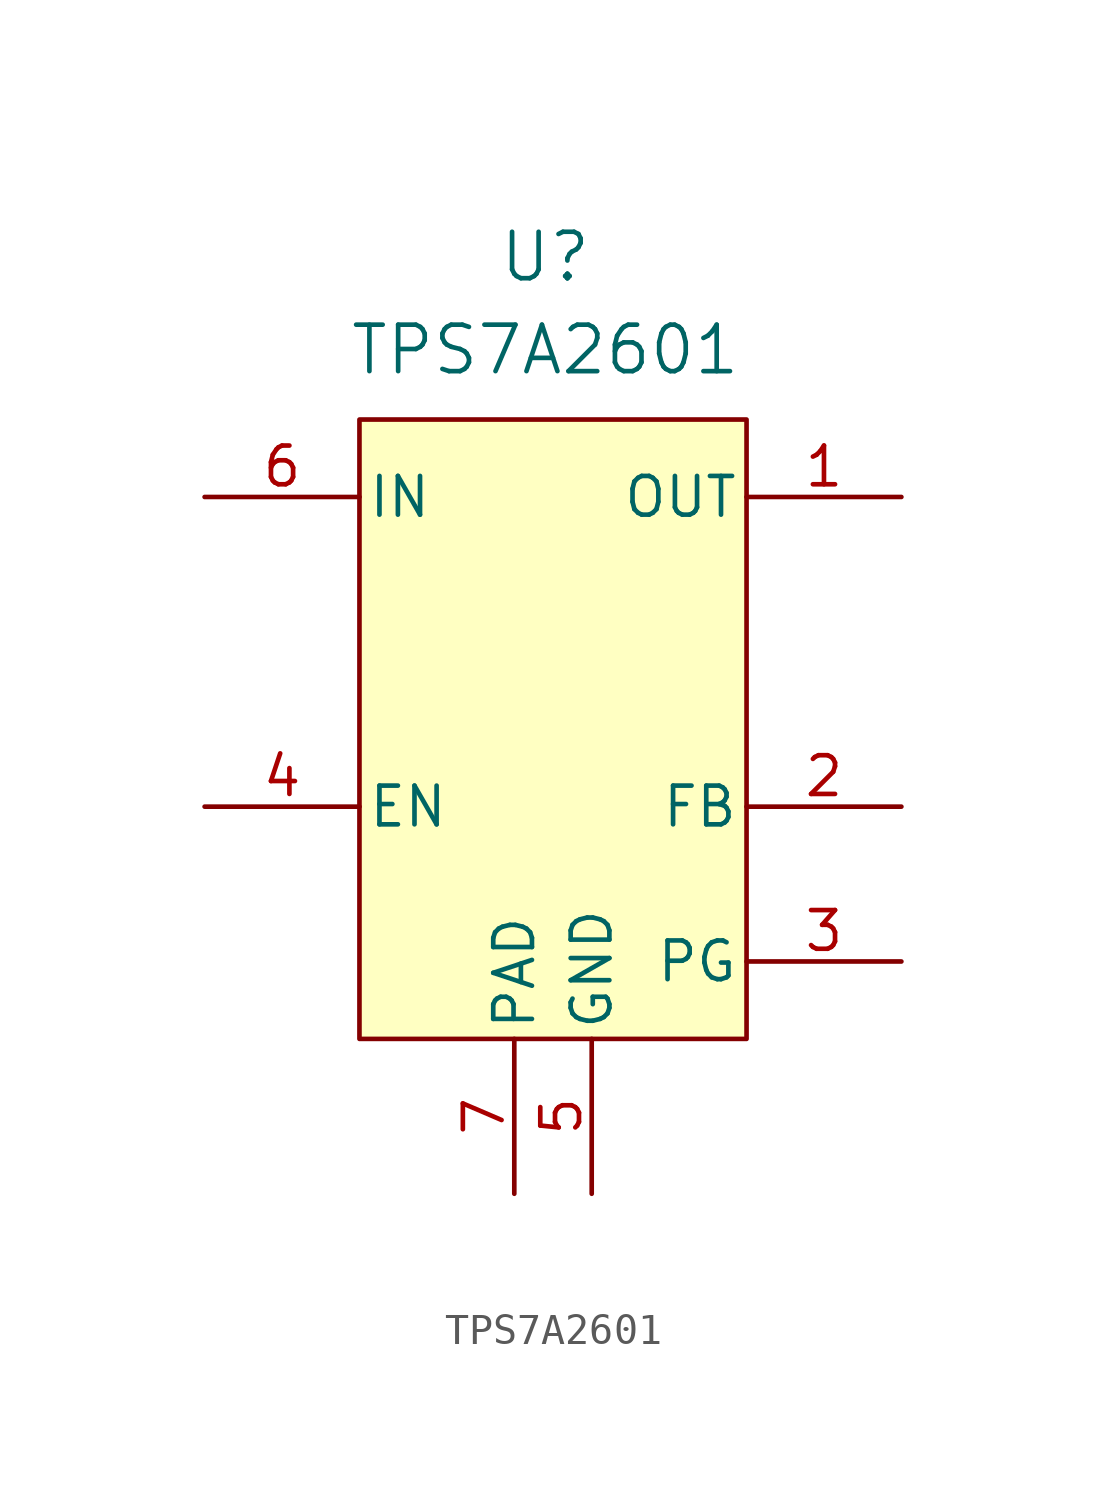
<source format=kicad_sym>
(kicad_symbol_lib
  (version 20241209)
  (generator "kicad_symbol_editor")
  (generator_version "9.0")
  (symbol "TPS7A2601"
    (pin_names
      (offset 0.254))
    (property "Reference" "U"
      (at -0.254 18.034 0)
      (effects (font (size 1.524 1.524))))
    (property "Value" "TPS7A2601"
      (at -0.254 14.986 0)
      (effects (font (size 1.524 1.524))))
    (symbol "TPS7A2601_0_1"
      (pin power_in line (at -11.43 10.16 0) (length 5.08) (name "IN" (effects (font (size 1.27 1.27)))) (number "6" (effects (font (size 1.27 1.27)))))
      (pin input line (at -11.43 0 0) (length 5.08) (name "EN" (effects (font (size 1.27 1.27)))) (number "4" (effects (font (size 1.27 1.27)))))
      (pin power_in line (at 1.27 -12.7 90) (length 5.08) (name "GND" (effects (font (size 1.27 1.27)))) (number "5" (effects (font (size 1.27 1.27)))))
      (pin open_collector line (at 11.43 -5.08 180) (length 5.08) (name "PG" (effects (font (size 1.27 1.27)))) (number "3" (effects (font (size 1.27 1.27))))))
    (symbol "TPS7A2601_1_1"
      (rectangle (start -6.35 12.7) (end 6.35 -7.62) (stroke (width 0) (type solid)) (fill (type background)))
      (pin free line (at -1.27 -12.7 90) (length 5.08) (name "PAD" (effects (font (size 1.27 1.27)))) (number "7" (effects (font (size 1.27 1.27)))))
      (pin power_out line (at 11.43 10.16 180) (length 5.08) (name "OUT" (effects (font (size 1.27 1.27)))) (number "1" (effects (font (size 1.27 1.27)))))
      (pin input line (at 11.43 0 180) (length 5.08) (name "FB" (effects (font (size 1.27 1.27)))) (number "2" (effects (font (size 1.27 1.27))))))))
</source>
